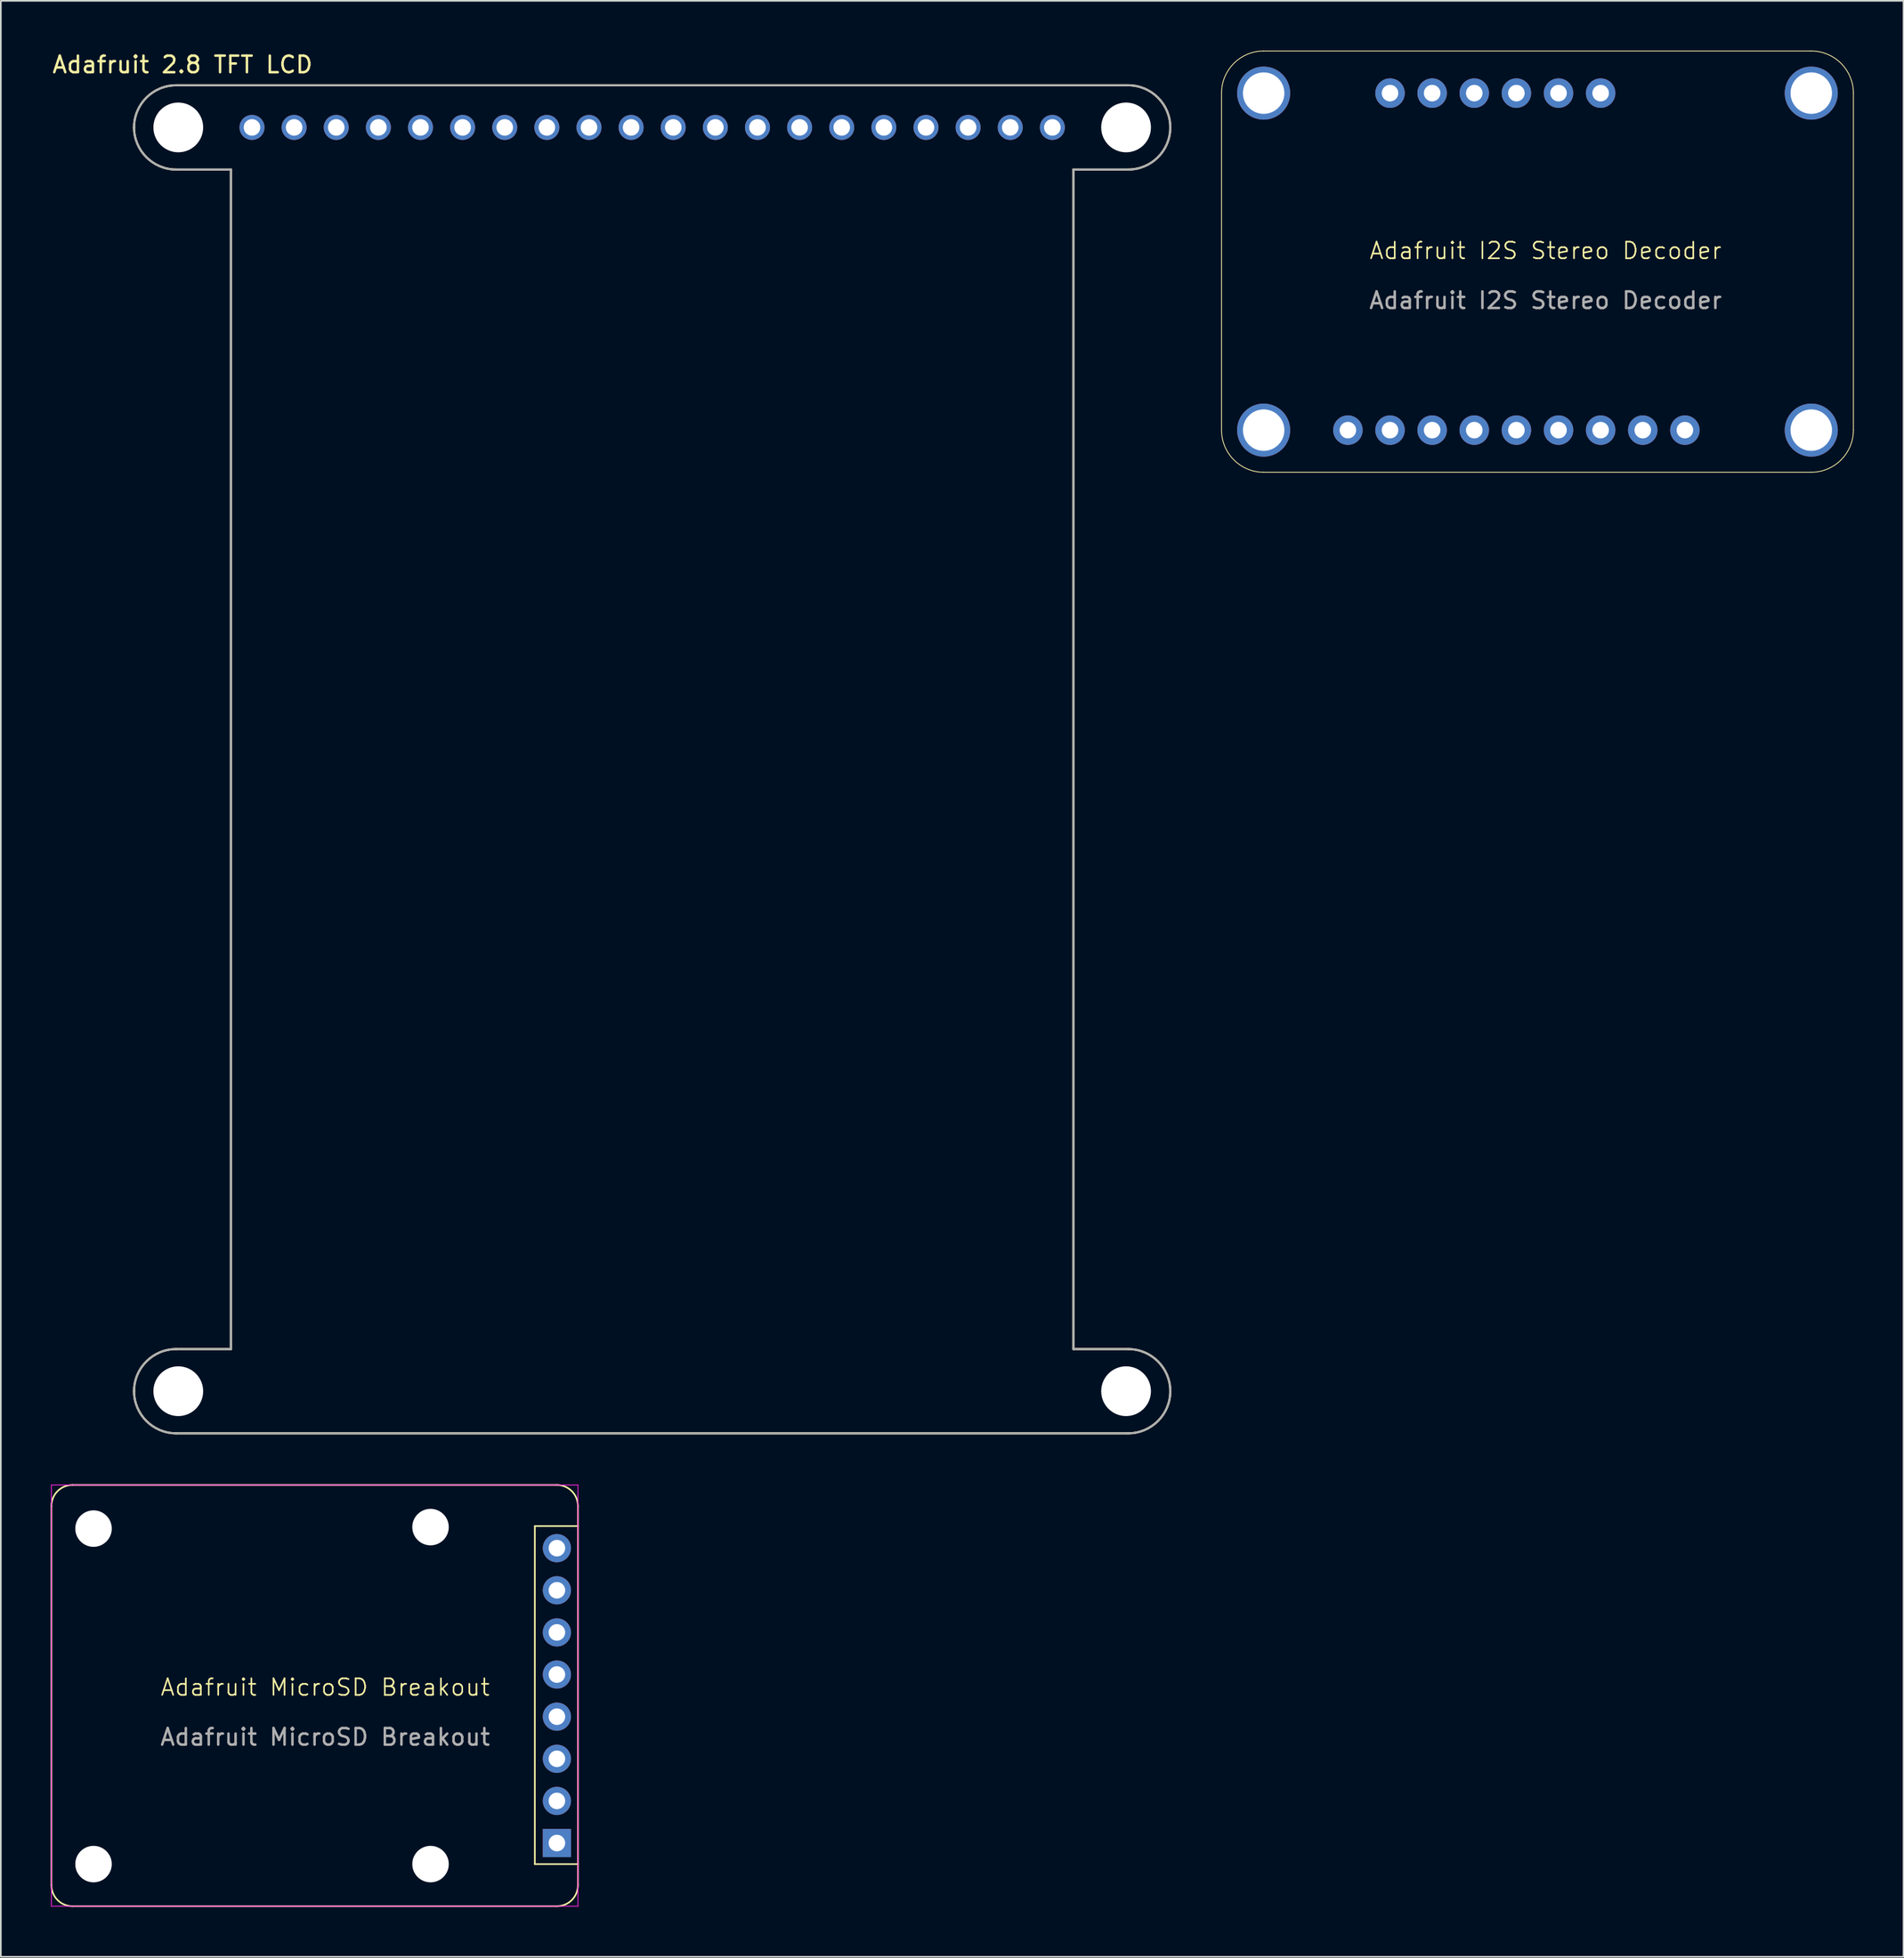
<source format=kicad_pcb>
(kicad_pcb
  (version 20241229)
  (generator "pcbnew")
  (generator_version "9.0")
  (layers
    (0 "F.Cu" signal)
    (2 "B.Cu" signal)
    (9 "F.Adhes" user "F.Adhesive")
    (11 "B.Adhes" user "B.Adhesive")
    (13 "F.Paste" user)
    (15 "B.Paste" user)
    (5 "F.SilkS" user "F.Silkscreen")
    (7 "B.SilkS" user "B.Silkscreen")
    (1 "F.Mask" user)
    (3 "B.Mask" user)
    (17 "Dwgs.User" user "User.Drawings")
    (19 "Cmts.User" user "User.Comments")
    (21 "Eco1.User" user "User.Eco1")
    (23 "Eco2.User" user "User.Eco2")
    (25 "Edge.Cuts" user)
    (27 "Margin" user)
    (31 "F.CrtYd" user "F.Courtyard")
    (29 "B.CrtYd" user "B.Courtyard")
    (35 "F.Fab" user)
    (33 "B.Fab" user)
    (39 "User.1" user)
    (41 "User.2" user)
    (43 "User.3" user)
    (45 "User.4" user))
  (footprint "Adafruit 2.8 TFT LCD"
    (layer "F.Cu")
    (at 36.275 42.733)
    (property "Reference" "Adafruit 2.8 TFT LCD" (at -28.317 -41.885 0) (layer "F.SilkS") (effects (font (size 1 1) (thickness 0.15))))
    (attr through_hole)
    (fp_line (start -28.702 -35.56) (end -25.4 -35.56) (stroke (width 0.127) (type solid)) (layer "F.SilkS"))
    (fp_line (start -28.702 40.64) (end 28.702 40.64) (stroke (width 0.127) (type solid)) (layer "F.SilkS"))
    (fp_line (start -25.4 -35.56) (end -25.4 35.56) (stroke (width 0.127) (type solid)) (layer "F.SilkS"))
    (fp_line (start -25.4 35.56) (end -28.702 35.56) (stroke (width 0.127) (type solid)) (layer "F.SilkS"))
    (fp_line (start 25.4 -35.56) (end 28.702 -35.56) (stroke (width 0.127) (type solid)) (layer "F.SilkS"))
    (fp_line (start 25.4 35.56) (end 25.4 -35.56) (stroke (width 0.127) (type solid)) (layer "F.SilkS"))
    (fp_line (start 28.702 -40.64) (end -28.702 -40.64) (stroke (width 0.127) (type solid)) (layer "F.SilkS"))
    (fp_line (start 28.702 35.56) (end 25.4 35.56) (stroke (width 0.127) (type solid)) (layer "F.SilkS"))
    (fp_arc (start -31.242 -38.1) (mid -30.498051 -39.896051) (end -28.702 -40.64) (stroke (width 0.127) (type solid)) (layer "F.SilkS"))
    (fp_arc (start -31.242 38.1) (mid -30.498051 36.303949) (end -28.702 35.56) (stroke (width 0.127) (type solid)) (layer "F.SilkS"))
    (fp_arc (start -28.702 -35.56) (mid -30.498051 -36.303949) (end -31.242 -38.1) (stroke (width 0.127) (type solid)) (layer "F.SilkS"))
    (fp_arc (start -28.702 40.64) (mid -30.498051 39.896051) (end -31.242 38.1) (stroke (width 0.127) (type solid)) (layer "F.SilkS"))
    (fp_arc (start 28.702 -40.64) (mid 30.498051 -39.896051) (end 31.242 -38.1) (stroke (width 0.127) (type solid)) (layer "F.SilkS"))
    (fp_arc (start 28.702 35.56) (mid 30.498051 36.303949) (end 31.242 38.1) (stroke (width 0.127) (type solid)) (layer "F.SilkS"))
    (fp_arc (start 31.242 -38.1) (mid 30.498051 -36.303949) (end 28.702 -35.56) (stroke (width 0.127) (type solid)) (layer "F.SilkS"))
    (fp_arc (start 31.242 38.1) (mid 30.498051 39.896051) (end 28.702 40.64) (stroke (width 0.127) (type solid)) (layer "F.SilkS"))
    (fp_line (start -28.702 -35.56) (end -25.4 -35.56) (stroke (width 0.127) (type solid)) (layer "F.Fab"))
    (fp_line (start -28.702 40.64) (end 28.702 40.64) (stroke (width 0.127) (type solid)) (layer "F.Fab"))
    (fp_line (start -25.4 -35.56) (end -25.4 35.56) (stroke (width 0.127) (type solid)) (layer "F.Fab"))
    (fp_line (start -25.4 35.56) (end -28.702 35.56) (stroke (width 0.127) (type solid)) (layer "F.Fab"))
    (fp_line (start 25.4 -35.56) (end 28.702 -35.56) (stroke (width 0.127) (type solid)) (layer "F.Fab"))
    (fp_line (start 25.4 35.56) (end 25.4 -35.56) (stroke (width 0.127) (type solid)) (layer "F.Fab"))
    (fp_line (start 28.702 -40.64) (end -28.702 -40.64) (stroke (width 0.127) (type solid)) (layer "F.Fab"))
    (fp_line (start 28.702 35.56) (end 25.4 35.56) (stroke (width 0.127) (type solid)) (layer "F.Fab"))
    (fp_arc (start -31.242 -38.1) (mid -30.498051 -39.896051) (end -28.702 -40.64) (stroke (width 0.127) (type solid)) (layer "F.Fab"))
    (fp_arc (start -31.242 38.1) (mid -30.498051 36.303949) (end -28.702 35.56) (stroke (width 0.127) (type solid)) (layer "F.Fab"))
    (fp_arc (start -28.702 -35.56) (mid -30.498051 -36.303949) (end -31.242 -38.1) (stroke (width 0.127) (type solid)) (layer "F.Fab"))
    (fp_arc (start -28.702 40.64) (mid -30.498051 39.896051) (end -31.242 38.1) (stroke (width 0.127) (type solid)) (layer "F.Fab"))
    (fp_arc (start 28.702 -40.64) (mid 30.498051 -39.896051) (end 31.242 -38.1) (stroke (width 0.127) (type solid)) (layer "F.Fab"))
    (fp_arc (start 28.702 35.56) (mid 30.498051 36.303949) (end 31.242 38.1) (stroke (width 0.127) (type solid)) (layer "F.Fab"))
    (fp_arc (start 31.242 -38.1) (mid 30.498051 -36.303949) (end 28.702 -35.56) (stroke (width 0.127) (type solid)) (layer "F.Fab"))
    (fp_arc (start 31.242 38.1) (mid 30.498051 39.896051) (end 28.702 40.64) (stroke (width 0.127) (type solid)) (layer "F.Fab"))
    (pad "" np_thru_hole circle (at -28.575 -38.1) (size 3 3) (drill 3) (layers "*.Cu" "*.Mask"))
    (pad "" np_thru_hole circle (at -28.575 38.1) (size 3 3) (drill 3) (layers "*.Cu" "*.Mask"))
    (pad "" np_thru_hole circle (at 28.575 -38.1) (size 3 3) (drill 3) (layers "*.Cu" "*.Mask"))
    (pad "" np_thru_hole circle (at 28.575 38.1) (size 3 3) (drill 3) (layers "*.Cu" "*.Mask"))
    (pad "1" thru_hole circle (at 24.13 -38.1) (size 1.508 1.508) (drill 1) (layers "*.Cu" "*.Mask"))
    (pad "2" thru_hole circle (at 21.59 -38.1) (size 1.508 1.508) (drill 1) (layers "*.Cu" "*.Mask"))
    (pad "3" thru_hole circle (at 19.05 -38.1) (size 1.508 1.508) (drill 1) (layers "*.Cu" "*.Mask"))
    (pad "4" thru_hole circle (at 16.51 -38.1) (size 1.508 1.508) (drill 1) (layers "*.Cu" "*.Mask"))
    (pad "5" thru_hole circle (at 13.97 -38.1) (size 1.508 1.508) (drill 1) (layers "*.Cu" "*.Mask"))
    (pad "6" thru_hole circle (at 8.89 -38.1) (size 1.508 1.508) (drill 1) (layers "*.Cu" "*.Mask"))
    (pad "7" thru_hole circle (at 11.43 -38.1) (size 1.508 1.508) (drill 1) (layers "*.Cu" "*.Mask"))
    (pad "8" thru_hole circle (at 6.35 -38.1) (size 1.508 1.508) (drill 1) (layers "*.Cu" "*.Mask"))
    (pad "9" thru_hole circle (at 3.81 -38.1) (size 1.508 1.508) (drill 1) (layers "*.Cu" "*.Mask"))
    (pad "10" thru_hole circle (at 1.27 -38.1) (size 1.508 1.508) (drill 1) (layers "*.Cu" "*.Mask"))
    (pad "11" thru_hole circle (at -3.81 -38.1) (size 1.508 1.508) (drill 1) (layers "*.Cu" "*.Mask"))
    (pad "12" thru_hole circle (at -1.27 -38.1) (size 1.508 1.508) (drill 1) (layers "*.Cu" "*.Mask"))
    (pad "13" thru_hole circle (at -6.35 -38.1) (size 1.508 1.508) (drill 1) (layers "*.Cu" "*.Mask"))
    (pad "14" thru_hole circle (at -8.89 -38.1) (size 1.508 1.508) (drill 1) (layers "*.Cu" "*.Mask"))
    (pad "15" thru_hole circle (at -11.43 -38.1) (size 1.508 1.508) (drill 1) (layers "*.Cu" "*.Mask"))
    (pad "16" thru_hole circle (at -13.97 -38.1) (size 1.508 1.508) (drill 1) (layers "*.Cu" "*.Mask"))
    (pad "17" thru_hole circle (at -16.51 -38.1) (size 1.508 1.508) (drill 1) (layers "*.Cu" "*.Mask"))
    (pad "18" thru_hole circle (at -19.05 -38.1) (size 1.508 1.508) (drill 1) (layers "*.Cu" "*.Mask"))
    (pad "19" thru_hole circle (at -21.59 -38.1) (size 1.508 1.508) (drill 1) (layers "*.Cu" "*.Mask"))
    (pad "20" thru_hole circle (at -24.13 -38.1) (size 1.508 1.508) (drill 1) (layers "*.Cu" "*.Mask")))
  (footprint "Adafruit MicroSD Breakout"
    (layer "F.Cu")
    (at 16.56 99.187)
    (property "Reference" "Adafruit MicroSD Breakout" (at 0 -0.5 0) (unlocked yes) (layer "F.SilkS") (effects (font (size 1 1) (thickness 0.1))))
    (attr through_hole)
    (fp_line (start -16.51 11.43) (end -16.51 -11.43) (stroke (width 0.1) (type default)) (layer "F.SilkS"))
    (fp_line (start -15.24 -12.7) (end 13.97 -12.7) (stroke (width 0.1) (type default)) (layer "F.SilkS"))
    (fp_line (start 12.64 10.16) (end 12.64 -10.22) (stroke (width 0.1) (type solid)) (layer "F.SilkS"))
    (fp_line (start 13.97 12.7) (end -15.24 12.7) (stroke (width 0.1) (type default)) (layer "F.SilkS"))
    (fp_line (start 15.24 -11.43) (end 15.24 11.43) (stroke (width 0.1) (type default)) (layer "F.SilkS"))
    (fp_line (start 15.24 -10.22) (end 12.64 -10.22) (stroke (width 0.1) (type solid)) (layer "F.SilkS"))
    (fp_line (start 15.24 10.16) (end 12.64 10.16) (stroke (width 0.1) (type solid)) (layer "F.SilkS"))
    (fp_arc (start -16.51 -11.43) (mid -16.138026 -12.328026) (end -15.24 -12.7) (stroke (width 0.1) (type default)) (layer "F.SilkS"))
    (fp_arc (start -15.24 12.7) (mid -16.138026 12.328026) (end -16.51 11.43) (stroke (width 0.1) (type default)) (layer "F.SilkS"))
    (fp_arc (start 13.97 -12.7) (mid 14.868026 -12.328026) (end 15.24 -11.43) (stroke (width 0.1) (type default)) (layer "F.SilkS"))
    (fp_arc (start 15.24 11.43) (mid 14.868026 12.328026) (end 13.97 12.7) (stroke (width 0.1) (type default)) (layer "F.SilkS"))
    (fp_line (start -16.51 -12.7) (end -16.51 12.7) (stroke (width 0.05) (type solid)) (layer "F.CrtYd"))
    (fp_line (start -16.51 12.7) (end 15.24 12.7) (stroke (width 0.05) (type solid)) (layer "F.CrtYd"))
    (fp_line (start 15.24 -12.7) (end -16.51 -12.7) (stroke (width 0.05) (type solid)) (layer "F.CrtYd"))
    (fp_line (start 15.24 12.7) (end 15.24 -12.7) (stroke (width 0.05) (type solid)) (layer "F.CrtYd"))
    (fp_text user "${REFERENCE}" (at 0 2.5 0) (unlocked yes) (layer "F.Fab") (effects (font (size 1 1) (thickness 0.15))))
    (pad "" np_thru_hole circle (at -13.97 -10.07) (size 2.2 2.2) (drill 2.2) (layers "*.Cu" "*.Mask"))
    (pad "" np_thru_hole circle (at -13.97 10.16) (size 2.2 2.2) (drill 2.2) (layers "*.Cu" "*.Mask"))
    (pad "" np_thru_hole circle (at 6.35 -10.16) (size 2.2 2.2) (drill 2.2) (layers "*.Cu" "*.Mask"))
    (pad "" np_thru_hole circle (at 6.35 10.16) (size 2.2 2.2) (drill 2.2) (layers "*.Cu" "*.Mask"))
    (pad "1" thru_hole rect (at 13.97 8.89 180) (size 1.7 1.7) (drill 1) (layers "*.Cu" "*.Mask"))
    (pad "2" thru_hole oval (at 13.97 6.35 180) (size 1.7 1.7) (drill 1) (layers "*.Cu" "*.Mask"))
    (pad "3" thru_hole oval (at 13.97 3.81 180) (size 1.7 1.7) (drill 1) (layers "*.Cu" "*.Mask"))
    (pad "4" thru_hole oval (at 13.97 1.27 180) (size 1.7 1.7) (drill 1) (layers "*.Cu" "*.Mask"))
    (pad "5" thru_hole oval (at 13.97 -1.27 180) (size 1.7 1.7) (drill 1) (layers "*.Cu" "*.Mask"))
    (pad "6" thru_hole oval (at 13.97 -3.81 180) (size 1.7 1.7) (drill 1) (layers "*.Cu" "*.Mask"))
    (pad "7" thru_hole oval (at 13.97 -6.35 180) (size 1.7 1.7) (drill 1) (layers "*.Cu" "*.Mask"))
    (pad "8" thru_hole oval (at 13.97 -8.89 180) (size 1.7 1.7) (drill 1) (layers "*.Cu" "*.Mask")))
  (footprint "Adafruit I2S Stereo Decoder"
    (layer "F.Cu")
    (at 90.146 12.565)
    (property "Reference" "Adafruit I2S Stereo Decoder" (at 0 -0.5 0) (unlocked yes) (layer "F.SilkS") (effects (font (size 1 1) (thickness 0.1))))
    (attr through_hole)
    (fp_line (start -19.54 10.32) (end -19.54 -10) (stroke (width 0.05) (type solid)) (layer "F.SilkS"))
    (fp_line (start -17 -12.54) (end 16.02 -12.54) (stroke (width 0.05) (type solid)) (layer "F.SilkS"))
    (fp_line (start 16.02 12.86) (end -17 12.86) (stroke (width 0.05) (type solid)) (layer "F.SilkS"))
    (fp_line (start 18.56 -10) (end 18.56 10.32) (stroke (width 0.05) (type solid)) (layer "F.SilkS"))
    (fp_arc (start -19.540001 -10.000001) (mid -18.796052 -11.796052) (end -17.000001 -12.540001) (stroke (width 0.05) (type solid)) (layer "F.SilkS"))
    (fp_arc (start -17.000001 12.859999) (mid -18.796052 12.11605) (end -19.540001 10.319999) (stroke (width 0.05) (type solid)) (layer "F.SilkS"))
    (fp_arc (start 16.019999 -12.540001) (mid 17.81605 -11.796052) (end 18.559999 -10.000001) (stroke (width 0.05) (type solid)) (layer "F.SilkS"))
    (fp_arc (start 18.559999 10.319999) (mid 17.81605 12.11605) (end 16.019999 12.859999) (stroke (width 0.05) (type solid)) (layer "F.SilkS"))
    (fp_text user "${REFERENCE}" (at 0 2.5 0) (unlocked yes) (layer "F.Fab") (effects (font (size 1 1) (thickness 0.15))))
    (pad "" np_thru_hole circle (at -17 -10) (size 3.2 3.2) (drill 2.5) (layers "*.Cu" "*.Mask"))
    (pad "" np_thru_hole circle (at -17 10.32) (size 3.2 3.2) (drill 2.5) (layers "*.Cu" "*.Mask"))
    (pad "" np_thru_hole circle (at 16.02 -10) (size 3.2 3.2) (drill 2.5) (layers "*.Cu" "*.Mask"))
    (pad "" np_thru_hole circle (at 16.02 10.32) (size 3.2 3.2) (drill 2.5) (layers "*.Cu" "*.Mask"))
    (pad "1" thru_hole circle (at -11.92 10.32 90) (size 1.778 1.778) (drill 1) (layers "*.Cu" "*.Mask"))
    (pad "2" thru_hole circle (at -9.38 10.32 90) (size 1.778 1.778) (drill 1) (layers "*.Cu" "*.Mask"))
    (pad "3" thru_hole circle (at -6.84 10.32 90) (size 1.778 1.778) (drill 1) (layers "*.Cu" "*.Mask"))
    (pad "4" thru_hole circle (at -4.3 10.32 90) (size 1.778 1.778) (drill 1) (layers "*.Cu" "*.Mask"))
    (pad "5" thru_hole circle (at -1.76 10.32 90) (size 1.778 1.778) (drill 1) (layers "*.Cu" "*.Mask"))
    (pad "6" thru_hole circle (at 0.78 10.32 90) (size 1.778 1.778) (drill 1) (layers "*.Cu" "*.Mask"))
    (pad "7" thru_hole circle (at 3.32 10.32 90) (size 1.778 1.778) (drill 1) (layers "*.Cu" "*.Mask"))
    (pad "8" thru_hole circle (at 5.86 10.32 90) (size 1.778 1.778) (drill 1) (layers "*.Cu" "*.Mask"))
    (pad "9" thru_hole circle (at 8.4 10.32 90) (size 1.778 1.778) (drill 1) (layers "*.Cu" "*.Mask"))
    (pad "10" thru_hole circle (at 3.32 -10 90) (size 1.778 1.778) (drill 1) (layers "*.Cu" "*.Mask"))
    (pad "11" thru_hole circle (at 0.78 -10 90) (size 1.778 1.778) (drill 1) (layers "*.Cu" "*.Mask"))
    (pad "12" thru_hole circle (at -1.76 -10 90) (size 1.778 1.778) (drill 1) (layers "*.Cu" "*.Mask"))
    (pad "13" thru_hole circle (at -4.3 -10 90) (size 1.778 1.778) (drill 1) (layers "*.Cu" "*.Mask"))
    (pad "14" thru_hole circle (at -6.84 -10 90) (size 1.778 1.778) (drill 1) (layers "*.Cu" "*.Mask"))
    (pad "15" thru_hole circle (at -9.38 -10 90) (size 1.778 1.778) (drill 1) (layers "*.Cu" "*.Mask")))
  (gr_rect
    (start -3 -3)
    (end 111.731 114.937)
    (stroke (width 0.1) (type default))
    (fill no)
    (layer "Edge.Cuts")))
</source>
